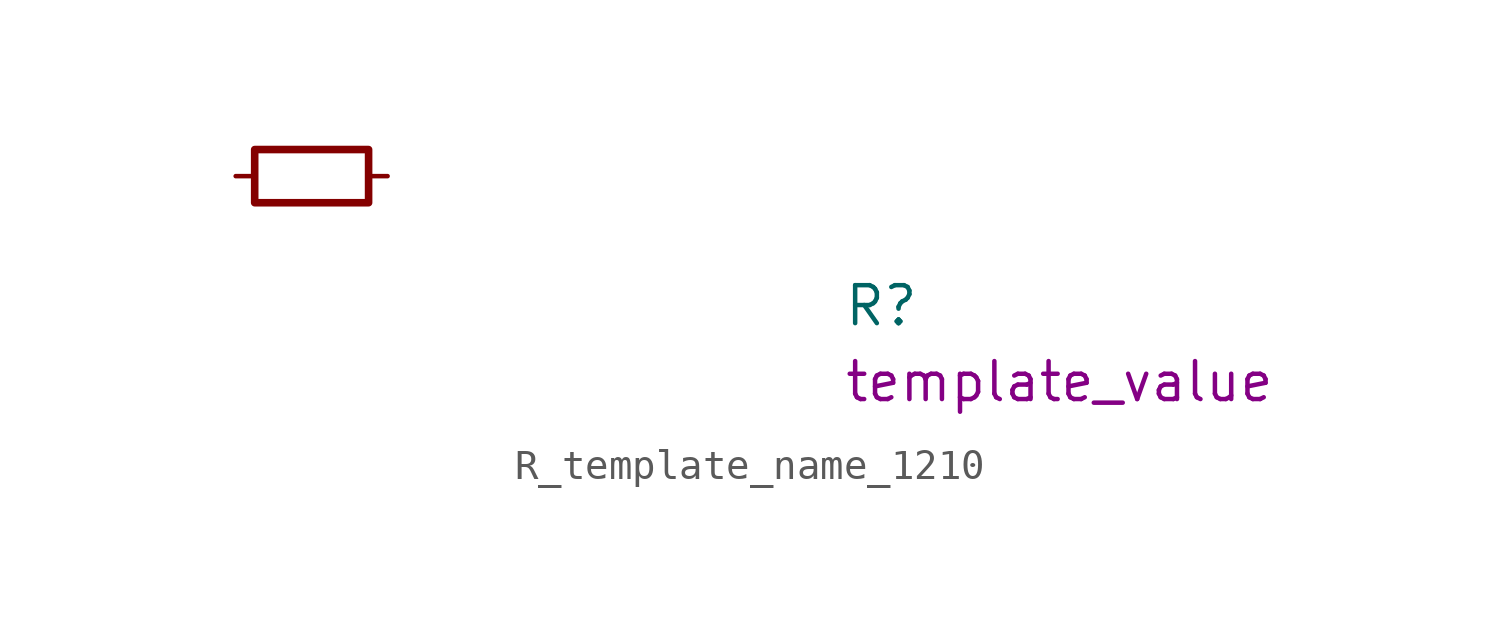
<source format=kicad_sym>
(kicad_symbol_lib
  (version 20220914)
  (generator kicad_symbol_editor)
  (symbol "R_template_name_1210"
    (pin_numbers hide)
    (pin_names hide)
    (property "Reference" "R"
      (at 20.32 -5.08 0)
      (effects (font (size 1.27 1.27) (thickness 0.15)) (justify left bottom)))
    (property "Val" "template_value"
      (at 20.32 -7.62 0)
      (effects (font (size 1.27 1.27) (thickness 0.15)) (justify left bottom)))
    (symbol "R_template_name_1210_0_1"
      (rectangle (start 0.635 0.889) (end 4.445 -0.889) (stroke (width 0.254) (type default)) (fill (type none))))
    (symbol "R_template_name_1210_1_1"
      (pin passive line (at 0 0 0) (length 0.635) (name "~" (effects (font (size 1.27 1.27)))) (number "1" (effects (font (size 1.27 1.27)))))
      (pin passive line (at 5.08 0 180) (length 0.635) (name "~" (effects (font (size 1.27 1.27)))) (number "2" (effects (font (size 1.27 1.27))))))))
</source>
